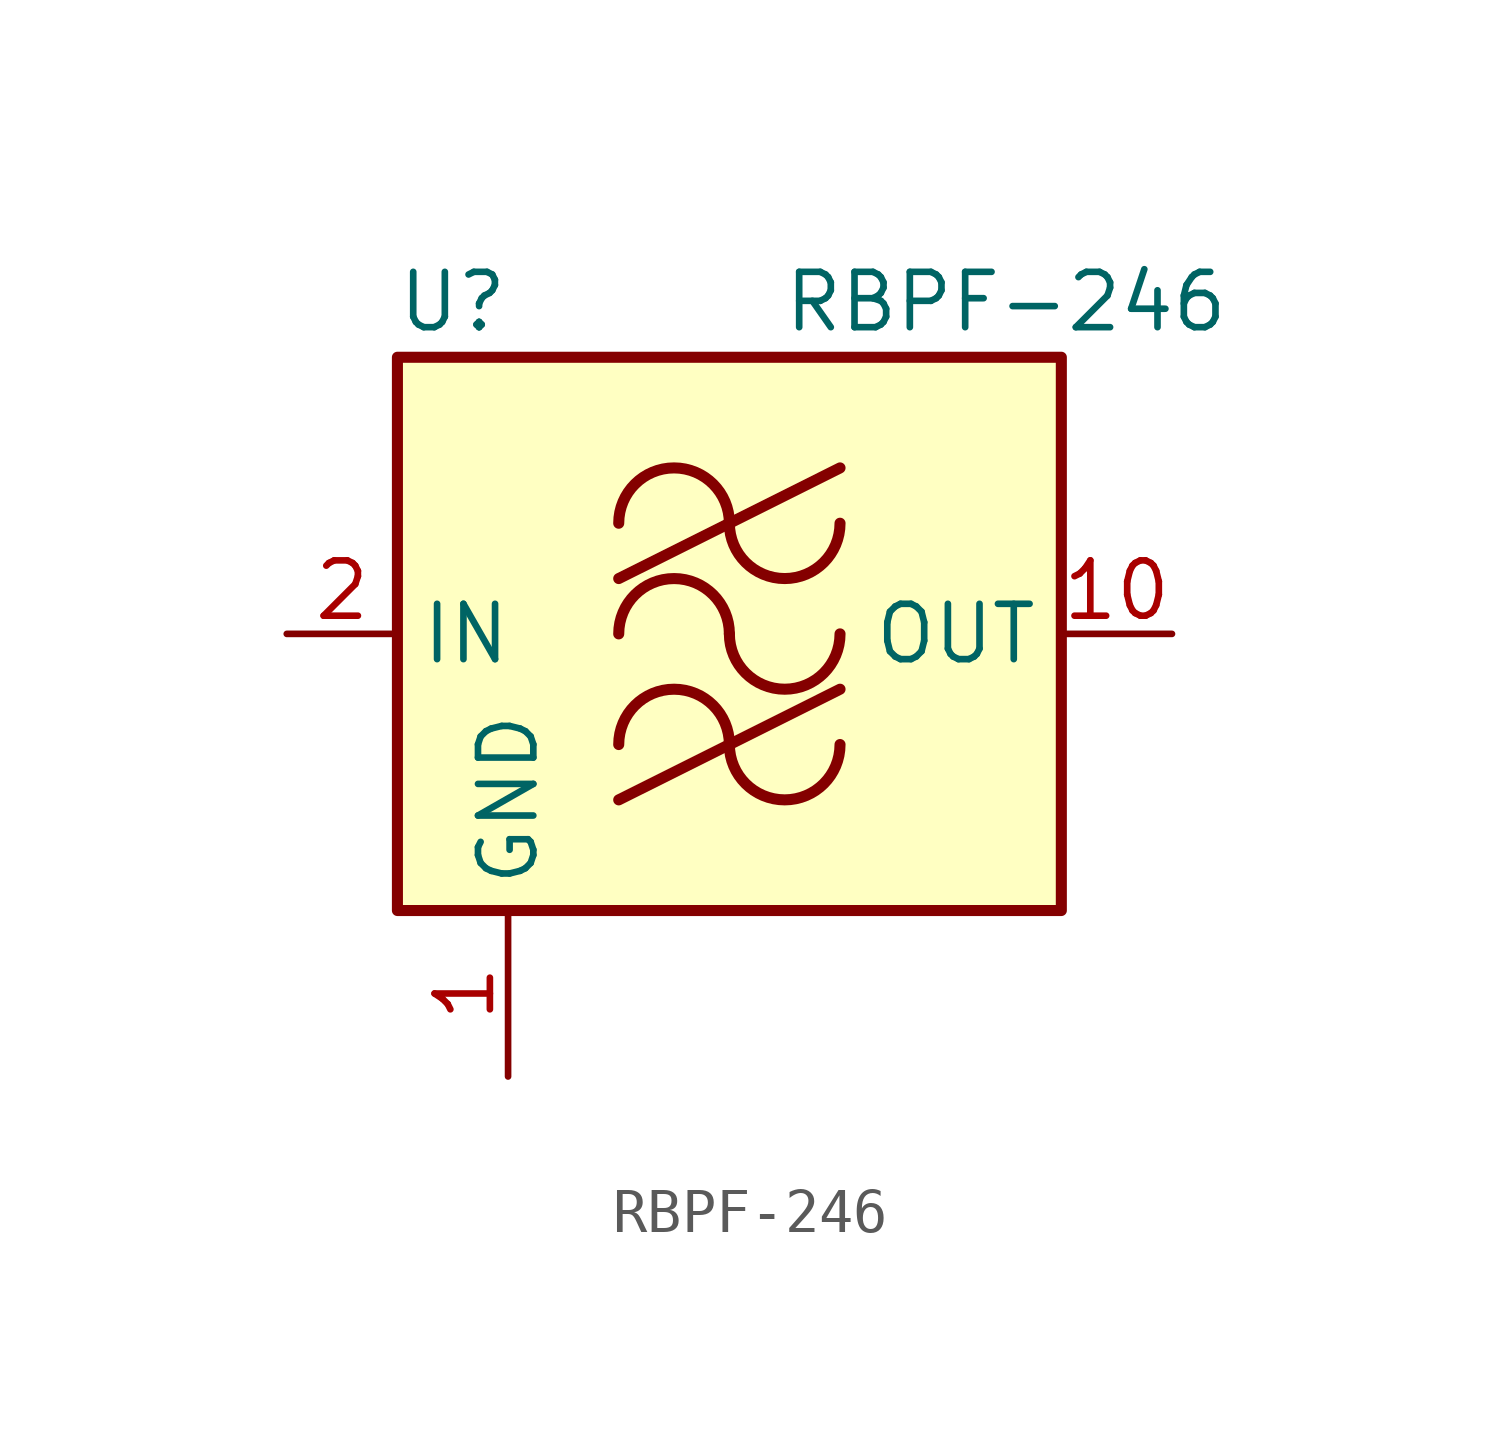
<source format=kicad_sym>
(kicad_symbol_lib
  (version 20200908)
  (generator kicad_symbol_editor)
  (symbol "RF_Filter:RBPF-246"
    (property "Reference" "U"
      (at -6.35 7.62 0)
      (effects (font (size 1.27 1.27))))
    (property "Value" "RBPF-246"
      (at 6.35 7.62 0)
      (effects (font (size 1.27 1.27))))
    (symbol "RBPF-246_0_1"
      (arc (start 0 -2.54) (end -2.54 -2.54) (radius (at -1.27 -2.54) (length 1.27) (angles 0.1 179.9)) (stroke (width 0.254)) (fill (type none)))
      (arc (start 0 0) (end -2.54 0) (radius (at -1.27 0) (length 1.27) (angles 0.1 179.9)) (stroke (width 0.254)) (fill (type none)))
      (arc (start 0 2.54) (end -2.54 2.54) (radius (at -1.27 2.54) (length 1.27) (angles 0.1 179.9)) (stroke (width 0.254)) (fill (type none)))
      (arc (start 0 -2.54) (end 2.54 -2.54) (radius (at 1.27 -2.54) (length 1.27) (angles -179.9 -0.1)) (stroke (width 0.254)) (fill (type none)))
      (arc (start 0 0) (end 2.54 0) (radius (at 1.27 0) (length 1.27) (angles -179.9 -0.1)) (stroke (width 0.254)) (fill (type none)))
      (arc (start 0 2.54) (end 2.54 2.54) (radius (at 1.27 2.54) (length 1.27) (angles -179.9 -0.1)) (stroke (width 0.254)) (fill (type none)))
      (rectangle (start -7.62 6.35) (end 7.62 -6.35) (stroke (width 0.254)) (fill (type background)))
      (polyline (pts (xy -2.54 -3.81) (xy 2.54 -1.27)) (stroke (width 0.254)) (fill (type none)))
      (polyline (pts (xy -2.54 1.27) (xy 2.54 3.81)) (stroke (width 0.254)) (fill (type none))))
    (symbol "RBPF-246_1_1"
      (pin power_in line (at -5.08 -10.16 90) (length 3.81) (name "GND" (effects (font (size 1.27 1.27)))) (number "1" (effects (font (size 1.27 1.27)))))
      (pin output line (at 10.16 0 180) (length 2.54) (name "OUT" (effects (font (size 1.27 1.27)))) (number "10" (effects (font (size 1.27 1.27)))))
      (pin passive line (at -5.08 -10.16 90) (length 3.81) hide (name "GND" (effects (font (size 1.27 1.27)))) (number "11" (effects (font (size 1.27 1.27)))))
      (pin passive line (at -5.08 -10.16 90) (length 3.81) hide (name "GND" (effects (font (size 1.27 1.27)))) (number "12" (effects (font (size 1.27 1.27)))))
      (pin passive line (at -5.08 -10.16 90) (length 3.81) hide (name "GND" (effects (font (size 1.27 1.27)))) (number "13" (effects (font (size 1.27 1.27)))))
      (pin unconnected line (at 7.62 -2.54 180) (length 2.54) hide (name "NC" (effects (font (size 1.27 1.27)))) (number "14" (effects (font (size 1.27 1.27)))))
      (pin passive line (at -5.08 -10.16 90) (length 3.81) hide (name "GND" (effects (font (size 1.27 1.27)))) (number "15" (effects (font (size 1.27 1.27)))))
      (pin passive line (at -5.08 -10.16 90) (length 3.81) hide (name "GND" (effects (font (size 1.27 1.27)))) (number "16" (effects (font (size 1.27 1.27)))))
      (pin input line (at -10.16 0 0) (length 2.54) (name "IN" (effects (font (size 1.27 1.27)))) (number "2" (effects (font (size 1.27 1.27)))))
      (pin passive line (at -5.08 -10.16 90) (length 3.81) hide (name "GND" (effects (font (size 1.27 1.27)))) (number "3" (effects (font (size 1.27 1.27)))))
      (pin passive line (at -5.08 -10.16 90) (length 3.81) hide (name "GND" (effects (font (size 1.27 1.27)))) (number "4" (effects (font (size 1.27 1.27)))))
      (pin passive line (at -5.08 -10.16 90) (length 3.81) hide (name "GND" (effects (font (size 1.27 1.27)))) (number "5" (effects (font (size 1.27 1.27)))))
      (pin passive line (at -5.08 -10.16 90) (length 3.81) hide (name "GND" (effects (font (size 1.27 1.27)))) (number "6" (effects (font (size 1.27 1.27)))))
      (pin passive line (at -5.08 -10.16 90) (length 3.81) hide (name "GND" (effects (font (size 1.27 1.27)))) (number "7" (effects (font (size 1.27 1.27)))))
      (pin passive line (at -5.08 -10.16 90) (length 3.81) hide (name "GND" (effects (font (size 1.27 1.27)))) (number "8" (effects (font (size 1.27 1.27)))))
      (pin passive line (at -5.08 -10.16 90) (length 3.81) hide (name "GND" (effects (font (size 1.27 1.27)))) (number "9" (effects (font (size 1.27 1.27))))))))
</source>
